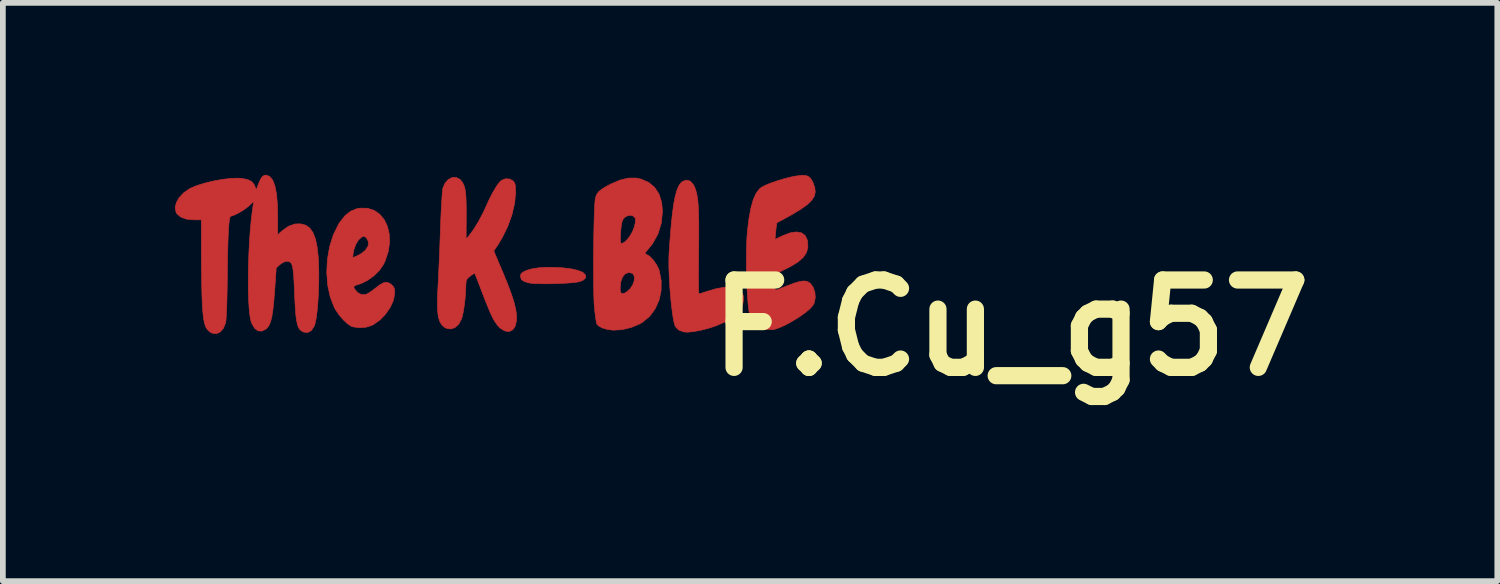
<source format=kicad_pcb>
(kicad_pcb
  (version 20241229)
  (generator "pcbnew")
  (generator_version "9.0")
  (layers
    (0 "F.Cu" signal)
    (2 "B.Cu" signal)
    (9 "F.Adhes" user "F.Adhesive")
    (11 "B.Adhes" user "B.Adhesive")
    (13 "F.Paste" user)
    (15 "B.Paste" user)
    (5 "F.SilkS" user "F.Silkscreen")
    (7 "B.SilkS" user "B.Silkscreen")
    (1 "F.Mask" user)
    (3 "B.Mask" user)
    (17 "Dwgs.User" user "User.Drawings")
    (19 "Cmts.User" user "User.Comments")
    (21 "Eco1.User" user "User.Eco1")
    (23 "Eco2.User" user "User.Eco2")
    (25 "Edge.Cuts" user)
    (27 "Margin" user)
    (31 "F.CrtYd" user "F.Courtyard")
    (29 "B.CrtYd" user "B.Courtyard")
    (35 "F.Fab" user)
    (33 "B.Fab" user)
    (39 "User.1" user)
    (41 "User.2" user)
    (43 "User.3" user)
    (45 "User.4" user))
  (footprint "F.Cu_g57"
    (layer "F.Cu")
    (at 14.579 2.668)
    (property "Reference" "F.Cu_g57" (at 0 0 0) (layer "F.SilkS") (effects (font (size 1.524 1.524) (thickness 0.3))))
    (attr through_hole)
    (fp_poly (pts (xy -7.95 -1.055) (xy -7.804 -1.046) (xy -7.668 -1.029) (xy -7.553 -1.003) (xy -7.468 -0.969) (xy -7.457 -0.962) (xy -7.415 -0.919) (xy -7.413 -0.876) (xy -7.45 -0.836) (xy -7.514 -0.808) (xy -7.573 -0.796) (xy -7.665 -0.786) (xy -7.78 -0.778) (xy -7.909 -0.773) (xy -8.042 -0.769) (xy -8.169 -0.769) (xy -8.28 -0.772) (xy -8.368 -0.778) (xy -8.412 -0.785) (xy -8.491 -0.811) (xy -8.535 -0.844) (xy -8.551 -0.891) (xy -8.551 -0.903) (xy -8.543 -0.939) (xy -8.511 -0.969) (xy -8.451 -1) (xy -8.358 -1.028) (xy -8.237 -1.047) (xy -8.098 -1.056) (xy -7.95 -1.055)) (stroke (width 0.01) (type solid)) (fill yes) (layer "F.Cu"))
    (fp_poly (pts (xy -5.595 -2.561) (xy -5.541 -2.505) (xy -5.525 -2.478) (xy -5.502 -2.426) (xy -5.484 -2.367) (xy -5.469 -2.296) (xy -5.457 -2.209) (xy -5.449 -2.102) (xy -5.444 -1.97) (xy -5.441 -1.809) (xy -5.441 -1.615) (xy -5.443 -1.384) (xy -5.444 -1.339) (xy -5.445 -1.166) (xy -5.446 -1.007) (xy -5.446 -0.867) (xy -5.445 -0.751) (xy -5.444 -0.664) (xy -5.442 -0.609) (xy -5.439 -0.593) (xy -5.413 -0.599) (xy -5.36 -0.616) (xy -5.308 -0.633) (xy -5.132 -0.685) (xy -4.981 -0.71) (xy -4.856 -0.709) (xy -4.76 -0.683) (xy -4.695 -0.632) (xy -4.661 -0.555) (xy -4.657 -0.508) (xy -4.677 -0.395) (xy -4.738 -0.29) (xy -4.839 -0.194) (xy -4.976 -0.107) (xy -5.15 -0.032) (xy -5.275 0.008) (xy -5.411 0.043) (xy -5.535 0.066) (xy -5.635 0.076) (xy -5.704 0.071) (xy -5.793 0.037) (xy -5.847 -0.018) (xy -5.861 -0.051) (xy -5.882 -0.137) (xy -5.901 -0.257) (xy -5.919 -0.402) (xy -5.935 -0.563) (xy -5.948 -0.733) (xy -5.957 -0.902) (xy -5.963 -1.062) (xy -5.963 -1.205) (xy -5.96 -1.291) (xy -5.941 -1.565) (xy -5.922 -1.799) (xy -5.901 -1.996) (xy -5.879 -2.159) (xy -5.853 -2.291) (xy -5.825 -2.394) (xy -5.793 -2.471) (xy -5.758 -2.524) (xy -5.726 -2.553) (xy -5.657 -2.577) (xy -5.595 -2.561)) (stroke (width 0.01) (type solid)) (fill yes) (layer "F.Cu"))
    (fp_poly (pts (xy -11.219 -2.086) (xy -11.102 -2.048) (xy -11.004 -1.98) (xy -10.927 -1.885) (xy -10.871 -1.768) (xy -10.84 -1.634) (xy -10.834 -1.488) (xy -10.857 -1.333) (xy -10.909 -1.174) (xy -10.94 -1.107) (xy -11.008 -1.007) (xy -11.104 -0.911) (xy -11.215 -0.83) (xy -11.326 -0.774) (xy -11.346 -0.768) (xy -11.414 -0.746) (xy -11.449 -0.73) (xy -11.458 -0.712) (xy -11.449 -0.686) (xy -11.445 -0.678) (xy -11.396 -0.618) (xy -11.329 -0.582) (xy -11.259 -0.578) (xy -11.257 -0.579) (xy -11.213 -0.599) (xy -11.151 -0.638) (xy -11.089 -0.686) (xy -11.002 -0.752) (xy -10.935 -0.788) (xy -10.88 -0.795) (xy -10.83 -0.775) (xy -10.803 -0.755) (xy -10.765 -0.716) (xy -10.748 -0.674) (xy -10.745 -0.611) (xy -10.745 -0.598) (xy -10.767 -0.48) (xy -10.822 -0.358) (xy -10.904 -0.24) (xy -11.004 -0.136) (xy -11.118 -0.056) (xy -11.143 -0.043) (xy -11.245 -0.011) (xy -11.358 -0.002) (xy -11.465 -0.016) (xy -11.504 -0.029) (xy -11.57 -0.072) (xy -11.644 -0.142) (xy -11.717 -0.228) (xy -11.779 -0.32) (xy -11.798 -0.354) (xy -11.87 -0.54) (xy -11.914 -0.747) (xy -11.93 -0.967) (xy -11.919 -1.192) (xy -11.913 -1.225) (xy -11.478 -1.225) (xy -11.396 -1.258) (xy -11.326 -1.297) (xy -11.262 -1.348) (xy -11.255 -1.355) (xy -11.208 -1.429) (xy -11.202 -1.501) (xy -11.234 -1.564) (xy -11.267 -1.594) (xy -11.301 -1.592) (xy -11.322 -1.582) (xy -11.374 -1.536) (xy -11.421 -1.46) (xy -11.455 -1.368) (xy -11.467 -1.311) (xy -11.478 -1.225) (xy -11.913 -1.225) (xy -11.881 -1.412) (xy -11.817 -1.618) (xy -11.727 -1.802) (xy -11.702 -1.841) (xy -11.611 -1.957) (xy -11.514 -2.034) (xy -11.407 -2.078) (xy -11.352 -2.088) (xy -11.219 -2.086)) (stroke (width 0.01) (type solid)) (fill yes) (layer "F.Cu"))
    (fp_poly (pts (xy -3.568 -2.656) (xy -3.513 -2.629) (xy -3.471 -2.577) (xy -3.45 -2.535) (xy -3.418 -2.447) (xy -3.41 -2.368) (xy -3.427 -2.295) (xy -3.473 -2.223) (xy -3.55 -2.149) (xy -3.661 -2.07) (xy -3.808 -1.981) (xy -3.873 -1.944) (xy -3.955 -1.899) (xy -4.022 -1.863) (xy -4.066 -1.839) (xy -4.079 -1.832) (xy -4.083 -1.811) (xy -4.09 -1.76) (xy -4.098 -1.688) (xy -4.098 -1.687) (xy -4.112 -1.544) (xy -3.977 -1.608) (xy -3.848 -1.657) (xy -3.738 -1.673) (xy -3.65 -1.657) (xy -3.585 -1.609) (xy -3.548 -1.53) (xy -3.544 -1.514) (xy -3.538 -1.408) (xy -3.562 -1.314) (xy -3.62 -1.228) (xy -3.714 -1.146) (xy -3.846 -1.067) (xy -3.916 -1.032) (xy -4.004 -0.989) (xy -4.061 -0.957) (xy -4.094 -0.929) (xy -4.111 -0.901) (xy -4.119 -0.873) (xy -4.123 -0.825) (xy -4.121 -0.765) (xy -4.115 -0.707) (xy -4.107 -0.667) (xy -4.099 -0.656) (xy -4.078 -0.664) (xy -4.027 -0.683) (xy -3.955 -0.712) (xy -3.914 -0.728) (xy -3.781 -0.779) (xy -3.679 -0.809) (xy -3.602 -0.818) (xy -3.542 -0.807) (xy -3.495 -0.774) (xy -3.454 -0.72) (xy -3.449 -0.713) (xy -3.417 -0.627) (xy -3.409 -0.529) (xy -3.427 -0.437) (xy -3.448 -0.395) (xy -3.503 -0.333) (xy -3.588 -0.261) (xy -3.694 -0.187) (xy -3.811 -0.115) (xy -3.929 -0.051) (xy -4.039 -0.001) (xy -4.131 0.029) (xy -4.16 0.033) (xy -4.259 0.027) (xy -4.328 -0.000063) (xy -4.434 -0.068) (xy -4.511 -0.148) (xy -4.55 -0.22) (xy -4.566 -0.291) (xy -4.579 -0.396) (xy -4.591 -0.53) (xy -4.6 -0.685) (xy -4.607 -0.855) (xy -4.611 -1.031) (xy -4.611 -1.207) (xy -4.609 -1.377) (xy -4.604 -1.533) (xy -4.595 -1.668) (xy -4.592 -1.696) (xy -4.565 -1.915) (xy -4.531 -2.094) (xy -4.491 -2.236) (xy -4.443 -2.344) (xy -4.386 -2.42) (xy -4.349 -2.451) (xy -4.277 -2.488) (xy -4.176 -2.529) (xy -4.056 -2.57) (xy -3.929 -2.607) (xy -3.807 -2.637) (xy -3.752 -2.647) (xy -3.644 -2.661) (xy -3.568 -2.656)) (stroke (width 0.01) (type solid)) (fill yes) (layer "F.Cu"))
    (fp_poly (pts (xy -9.61 -2.592) (xy -9.595 -2.577) (xy -9.562 -2.535) (xy -9.537 -2.486) (xy -9.519 -2.423) (xy -9.507 -2.342) (xy -9.5 -2.235) (xy -9.497 -2.098) (xy -9.497 -1.954) (xy -9.499 -1.547) (xy -9.451 -1.604) (xy -9.368 -1.717) (xy -9.283 -1.855) (xy -9.203 -2.007) (xy -9.155 -2.11) (xy -9.093 -2.247) (xy -9.029 -2.369) (xy -8.969 -2.47) (xy -8.916 -2.541) (xy -8.884 -2.572) (xy -8.812 -2.6) (xy -8.738 -2.595) (xy -8.678 -2.561) (xy -8.655 -2.53) (xy -8.642 -2.487) (xy -8.637 -2.42) (xy -8.636 -2.363) (xy -8.652 -2.177) (xy -8.699 -1.976) (xy -8.773 -1.77) (xy -8.87 -1.571) (xy -8.941 -1.454) (xy -9.017 -1.34) (xy -8.856 -0.961) (xy -8.773 -0.758) (xy -8.709 -0.587) (xy -8.663 -0.444) (xy -8.634 -0.324) (xy -8.62 -0.222) (xy -8.62 -0.133) (xy -8.62 -0.131) (xy -8.642 -0.031) (xy -8.686 0.034) (xy -8.748 0.064) (xy -8.82 0.056) (xy -8.9 0.008) (xy -8.924 -0.014) (xy -8.96 -0.055) (xy -8.995 -0.104) (xy -9.031 -0.167) (xy -9.071 -0.249) (xy -9.116 -0.356) (xy -9.171 -0.492) (xy -9.23 -0.646) (xy -9.27 -0.75) (xy -9.304 -0.839) (xy -9.331 -0.906) (xy -9.346 -0.944) (xy -9.349 -0.95) (xy -9.367 -0.944) (xy -9.407 -0.918) (xy -9.429 -0.901) (xy -9.474 -0.863) (xy -9.496 -0.827) (xy -9.503 -0.774) (xy -9.504 -0.734) (xy -9.508 -0.624) (xy -9.518 -0.501) (xy -9.533 -0.378) (xy -9.551 -0.267) (xy -9.571 -0.18) (xy -9.58 -0.154) (xy -9.628 -0.064) (xy -9.693 -0.005) (xy -9.767 0.02) (xy -9.844 0.008) (xy -9.88 -0.012) (xy -9.925 -0.054) (xy -9.959 -0.11) (xy -9.983 -0.187) (xy -9.996 -0.288) (xy -10.001 -0.418) (xy -9.997 -0.583) (xy -9.991 -0.695) (xy -9.985 -0.81) (xy -9.978 -0.959) (xy -9.97 -1.13) (xy -9.962 -1.316) (xy -9.955 -1.506) (xy -9.948 -1.691) (xy -9.948 -1.704) (xy -9.942 -1.87) (xy -9.935 -2.026) (xy -9.927 -2.165) (xy -9.92 -2.282) (xy -9.913 -2.371) (xy -9.907 -2.426) (xy -9.905 -2.436) (xy -9.867 -2.523) (xy -9.811 -2.586) (xy -9.744 -2.621) (xy -9.675 -2.624) (xy -9.61 -2.592)) (stroke (width 0.01) (type solid)) (fill yes) (layer "F.Cu"))
    (fp_poly (pts (xy -6.449 -2.595) (xy -6.314 -2.536) (xy -6.209 -2.447) (xy -6.133 -2.329) (xy -6.088 -2.184) (xy -6.075 -2.036) (xy -6.094 -1.829) (xy -6.152 -1.639) (xy -6.248 -1.467) (xy -6.322 -1.375) (xy -6.363 -1.327) (xy -6.378 -1.301) (xy -6.369 -1.288) (xy -6.353 -1.281) (xy -6.297 -1.247) (xy -6.237 -1.185) (xy -6.181 -1.106) (xy -6.139 -1.022) (xy -6.129 -0.992) (xy -6.096 -0.817) (xy -6.099 -0.644) (xy -6.135 -0.48) (xy -6.203 -0.33) (xy -6.299 -0.2) (xy -6.422 -0.098) (xy -6.469 -0.07) (xy -6.619 -0.007) (xy -6.778 0.031) (xy -6.931 0.041) (xy -7.038 0.028) (xy -7.127 0.001) (xy -7.192 -0.036) (xy -7.218 -0.064) (xy -7.228 -0.099) (xy -7.239 -0.167) (xy -7.251 -0.257) (xy -7.262 -0.361) (xy -7.262 -0.362) (xy -7.268 -0.446) (xy -7.272 -0.561) (xy -7.274 -0.675) (xy -6.813 -0.675) (xy -6.805 -0.618) (xy -6.779 -0.595) (xy -6.734 -0.606) (xy -6.699 -0.627) (xy -6.639 -0.681) (xy -6.594 -0.749) (xy -6.568 -0.821) (xy -6.564 -0.887) (xy -6.584 -0.937) (xy -6.602 -0.952) (xy -6.666 -0.966) (xy -6.724 -0.943) (xy -6.771 -0.887) (xy -6.801 -0.803) (xy -6.806 -0.771) (xy -6.813 -0.675) (xy -7.274 -0.675) (xy -7.275 -0.701) (xy -7.276 -0.86) (xy -7.277 -1.033) (xy -7.277 -1.214) (xy -7.275 -1.398) (xy -7.274 -1.531) (xy -6.809 -1.531) (xy -6.806 -1.488) (xy -6.804 -1.48) (xy -6.778 -1.472) (xy -6.737 -1.495) (xy -6.686 -1.544) (xy -6.642 -1.6) (xy -6.597 -1.679) (xy -6.564 -1.764) (xy -6.546 -1.843) (xy -6.547 -1.904) (xy -6.554 -1.922) (xy -6.598 -1.958) (xy -6.658 -1.963) (xy -6.719 -1.938) (xy -6.738 -1.921) (xy -6.764 -1.889) (xy -6.781 -1.847) (xy -6.793 -1.785) (xy -6.803 -1.692) (xy -6.803 -1.687) (xy -6.808 -1.601) (xy -6.809 -1.531) (xy -7.274 -1.531) (xy -7.273 -1.578) (xy -7.27 -1.75) (xy -7.266 -1.906) (xy -7.261 -2.043) (xy -7.256 -2.153) (xy -7.249 -2.232) (xy -7.243 -2.27) (xy -7.222 -2.327) (xy -7.187 -2.375) (xy -7.13 -2.421) (xy -7.045 -2.472) (xy -6.974 -2.509) (xy -6.813 -2.578) (xy -6.668 -2.612) (xy -6.535 -2.613) (xy -6.449 -2.595)) (stroke (width 0.01) (type solid)) (fill yes) (layer "F.Cu"))
    (fp_poly (pts (xy -12.919 -2.636) (xy -12.87 -2.571) (xy -12.832 -2.467) (xy -12.805 -2.325) (xy -12.79 -2.142) (xy -12.785 -1.94) (xy -12.785 -1.625) (xy -12.707 -1.694) (xy -12.595 -1.773) (xy -12.484 -1.812) (xy -12.387 -1.814) (xy -12.299 -1.791) (xy -12.227 -1.741) (xy -12.17 -1.661) (xy -12.127 -1.55) (xy -12.097 -1.404) (xy -12.077 -1.221) (xy -12.071 -1.101) (xy -12.068 -0.932) (xy -12.07 -0.759) (xy -12.076 -0.588) (xy -12.086 -0.426) (xy -12.099 -0.281) (xy -12.116 -0.16) (xy -12.135 -0.069) (xy -12.148 -0.03) (xy -12.197 0.045) (xy -12.257 0.08) (xy -12.327 0.075) (xy -12.36 0.061) (xy -12.393 0.036) (xy -12.42 -0.001) (xy -12.441 -0.055) (xy -12.457 -0.131) (xy -12.47 -0.233) (xy -12.48 -0.367) (xy -12.489 -0.538) (xy -12.49 -0.572) (xy -12.497 -0.736) (xy -12.504 -0.863) (xy -12.511 -0.959) (xy -12.52 -1.029) (xy -12.53 -1.079) (xy -12.542 -1.113) (xy -12.557 -1.138) (xy -12.601 -1.162) (xy -12.661 -1.155) (xy -12.727 -1.12) (xy -12.744 -1.105) (xy -12.811 -1.046) (xy -12.839 -0.637) (xy -12.854 -0.453) (xy -12.87 -0.306) (xy -12.888 -0.192) (xy -12.91 -0.106) (xy -12.937 -0.042) (xy -12.97 0.003) (xy -12.99 0.021) (xy -13.062 0.057) (xy -13.128 0.052) (xy -13.187 0.009) (xy -13.235 -0.072) (xy -13.249 -0.109) (xy -13.267 -0.195) (xy -13.282 -0.317) (xy -13.292 -0.468) (xy -13.298 -0.645) (xy -13.299 -0.839) (xy -13.297 -1.045) (xy -13.29 -1.258) (xy -13.28 -1.471) (xy -13.266 -1.678) (xy -13.248 -1.873) (xy -13.227 -2.051) (xy -13.216 -2.125) (xy -13.203 -2.208) (xy -13.283 -2.131) (xy -13.337 -2.087) (xy -13.407 -2.039) (xy -13.483 -1.996) (xy -13.551 -1.963) (xy -13.6 -1.948) (xy -13.606 -1.947) (xy -13.618 -1.93) (xy -13.629 -1.879) (xy -13.638 -1.791) (xy -13.646 -1.666) (xy -13.653 -1.504) (xy -13.658 -1.302) (xy -13.662 -1.059) (xy -13.664 -0.886) (xy -13.667 -0.675) (xy -13.671 -0.491) (xy -13.676 -0.336) (xy -13.682 -0.214) (xy -13.688 -0.129) (xy -13.695 -0.084) (xy -13.734 0.01) (xy -13.79 0.073) (xy -13.856 0.102) (xy -13.927 0.093) (xy -13.965 0.073) (xy -14.008 0.035) (xy -14.04 -0.014) (xy -14.063 -0.082) (xy -14.081 -0.175) (xy -14.093 -0.3) (xy -14.099 -0.38) (xy -14.103 -0.48) (xy -14.108 -0.613) (xy -14.111 -0.77) (xy -14.114 -0.942) (xy -14.116 -1.119) (xy -14.117 -1.275) (xy -14.118 -1.884) (xy -14.25 -1.884) (xy -14.377 -1.896) (xy -14.476 -1.932) (xy -14.542 -1.989) (xy -14.558 -2.016) (xy -14.574 -2.095) (xy -14.554 -2.182) (xy -14.504 -2.271) (xy -14.427 -2.354) (xy -14.329 -2.423) (xy -14.31 -2.434) (xy -14.197 -2.481) (xy -14.059 -2.524) (xy -13.906 -2.561) (xy -13.751 -2.589) (xy -13.603 -2.607) (xy -13.475 -2.611) (xy -13.399 -2.605) (xy -13.302 -2.583) (xy -13.238 -2.55) (xy -13.197 -2.499) (xy -13.186 -2.475) (xy -13.159 -2.409) (xy -13.122 -2.507) (xy -13.085 -2.592) (xy -13.051 -2.641) (xy -13.014 -2.662) (xy -12.979 -2.663) (xy -12.919 -2.636)) (stroke (width 0.01) (type solid)) (fill yes) (layer "F.Cu")))
  (gr_rect
    (start -3 -3)
    (end 23.065 7.086)
    (stroke (width 0.1) (type default))
    (fill no)
    (layer "Edge.Cuts")))
</source>
